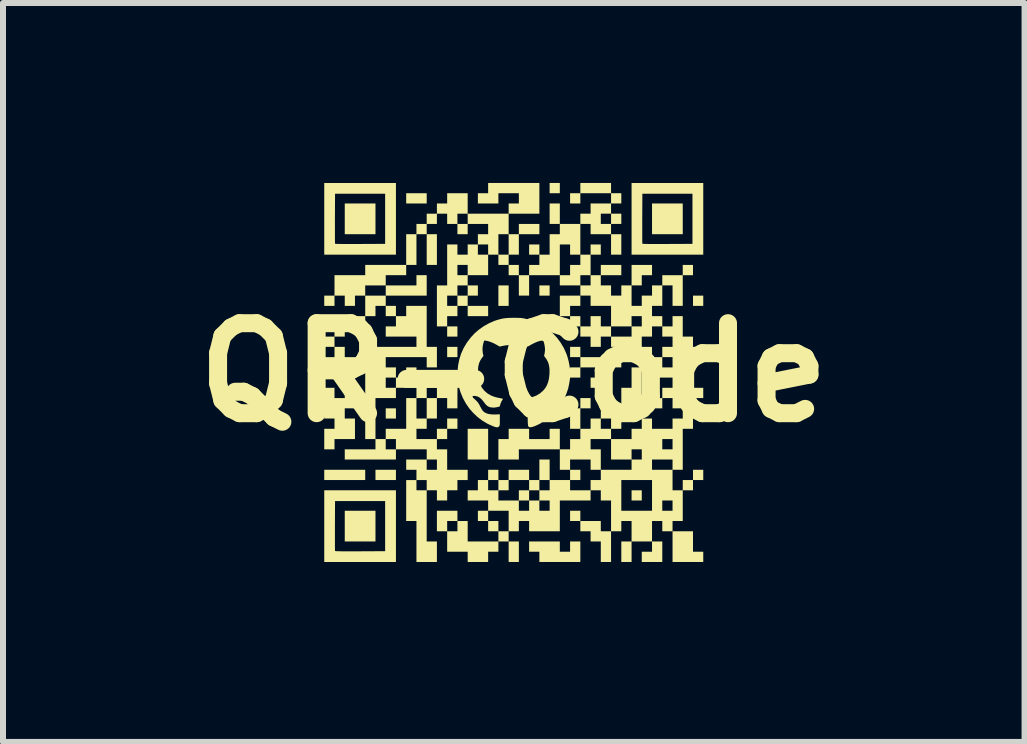
<source format=kicad_pcb>
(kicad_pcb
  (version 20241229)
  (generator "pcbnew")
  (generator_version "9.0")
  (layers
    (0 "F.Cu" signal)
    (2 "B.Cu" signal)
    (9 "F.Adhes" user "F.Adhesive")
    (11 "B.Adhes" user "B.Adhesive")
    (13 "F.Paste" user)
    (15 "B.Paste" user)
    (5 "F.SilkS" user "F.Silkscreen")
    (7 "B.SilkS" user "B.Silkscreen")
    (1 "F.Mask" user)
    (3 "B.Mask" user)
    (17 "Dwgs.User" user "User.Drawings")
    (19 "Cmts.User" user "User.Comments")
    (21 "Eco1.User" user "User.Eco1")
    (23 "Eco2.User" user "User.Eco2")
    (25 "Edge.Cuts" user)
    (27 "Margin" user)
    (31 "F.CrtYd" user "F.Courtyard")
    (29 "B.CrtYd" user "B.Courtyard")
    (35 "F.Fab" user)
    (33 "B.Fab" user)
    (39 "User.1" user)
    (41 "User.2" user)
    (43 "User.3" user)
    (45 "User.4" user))
  (footprint "QR-Code"
    (layer "F.Cu")
    (at 5.514 3.159)
    (property "Reference" "QR-Code" (at 0 0 0) (layer "F.SilkS") (effects (font (size 1.5 1.5) (thickness 0.3))))
    (attr board_only exclude_from_pos_files exclude_from_bom)
    (fp_poly (pts (xy -2.988 -0.854) (xy -2.988 -0.768) (xy -3.074 -0.768) (xy -3.159 -0.768) (xy -3.159 -0.854) (xy -3.159 -0.939) (xy -3.074 -0.939) (xy -2.988 -0.939)) (stroke (width 0) (type solid)) (fill yes) (layer "F.SilkS"))
    (fp_poly (pts (xy -2.476 1.708) (xy -2.476 1.793) (xy -2.817 1.793) (xy -3.159 1.793) (xy -3.159 1.708) (xy -3.159 1.622) (xy -2.817 1.622) (xy -2.476 1.622)) (stroke (width 0) (type solid)) (fill yes) (layer "F.SilkS"))
    (fp_poly (pts (xy -2.305 -2.561) (xy -2.305 -2.305) (xy -2.561 -2.305) (xy -2.817 -2.305) (xy -2.817 -2.561) (xy -2.817 -2.817) (xy -2.561 -2.817) (xy -2.305 -2.817)) (stroke (width 0) (type solid)) (fill yes) (layer "F.SilkS"))
    (fp_poly (pts (xy -2.305 2.561) (xy -2.305 2.817) (xy -2.561 2.817) (xy -2.817 2.817) (xy -2.817 2.561) (xy -2.817 2.305) (xy -2.561 2.305) (xy -2.305 2.305)) (stroke (width 0) (type solid)) (fill yes) (layer "F.SilkS"))
    (fp_poly (pts (xy -1.964 0.683) (xy -1.964 0.768) (xy -2.049 0.768) (xy -2.134 0.768) (xy -2.134 0.683) (xy -2.134 0.598) (xy -2.049 0.598) (xy -1.964 0.598)) (stroke (width 0) (type solid)) (fill yes) (layer "F.SilkS"))
    (fp_poly (pts (xy -1.964 1.708) (xy -1.964 1.793) (xy -2.134 1.793) (xy -2.305 1.793) (xy -2.305 1.708) (xy -2.305 1.622) (xy -2.134 1.622) (xy -1.964 1.622)) (stroke (width 0) (type solid)) (fill yes) (layer "F.SilkS"))
    (fp_poly (pts (xy -1.451 -2.903) (xy -1.451 -2.817) (xy -1.622 -2.817) (xy -1.793 -2.817) (xy -1.793 -2.903) (xy -1.793 -2.988) (xy -1.622 -2.988) (xy -1.451 -2.988)) (stroke (width 0) (type solid)) (fill yes) (layer "F.SilkS"))
    (fp_poly (pts (xy -1.281 -2.049) (xy -1.281 -1.793) (xy -1.366 -1.793) (xy -1.451 -1.793) (xy -1.451 -2.049) (xy -1.451 -2.305) (xy -1.366 -2.305) (xy -1.281 -2.305)) (stroke (width 0) (type solid)) (fill yes) (layer "F.SilkS"))
    (fp_poly (pts (xy -0.939 -0.683) (xy -0.939 -0.598) (xy -1.025 -0.598) (xy -1.11 -0.598) (xy -1.11 -0.683) (xy -1.11 -0.768) (xy -1.025 -0.768) (xy -0.939 -0.768)) (stroke (width 0) (type solid)) (fill yes) (layer "F.SilkS"))
    (fp_poly (pts (xy -0.939 -0.342) (xy -0.939 -0.256) (xy -1.025 -0.256) (xy -1.11 -0.256) (xy -1.11 -0.342) (xy -1.11 -0.427) (xy -1.025 -0.427) (xy -0.939 -0.427)) (stroke (width 0) (type solid)) (fill yes) (layer "F.SilkS"))
    (fp_poly (pts (xy -0.768 -2.391) (xy -0.768 -2.305) (xy -0.854 -2.305) (xy -0.939 -2.305) (xy -0.939 -2.391) (xy -0.939 -2.476) (xy -0.854 -2.476) (xy -0.768 -2.476)) (stroke (width 0) (type solid)) (fill yes) (layer "F.SilkS"))
    (fp_poly (pts (xy -0.427 -1.025) (xy -0.427 -0.939) (xy -0.598 -0.939) (xy -0.768 -0.939) (xy -0.768 -1.025) (xy -0.768 -1.11) (xy -0.598 -1.11) (xy -0.427 -1.11)) (stroke (width 0) (type solid)) (fill yes) (layer "F.SilkS"))
    (fp_poly (pts (xy -0.427 1.195) (xy -0.427 1.451) (xy -0.598 1.451) (xy -0.768 1.451) (xy -0.768 1.195) (xy -0.768 0.939) (xy -0.598 0.939) (xy -0.427 0.939)) (stroke (width 0) (type solid)) (fill yes) (layer "F.SilkS"))
    (fp_poly (pts (xy -0.085 -1.281) (xy -0.085 -1.11) (xy -0.171 -1.11) (xy -0.256 -1.11) (xy -0.256 -1.281) (xy -0.256 -1.451) (xy -0.171 -1.451) (xy -0.085 -1.451)) (stroke (width 0) (type solid)) (fill yes) (layer "F.SilkS"))
    (fp_poly (pts (xy 0.085 2.988) (xy 0.085 3.159) (xy 0 3.159) (xy -0.085 3.159) (xy -0.085 2.988) (xy -0.085 2.817) (xy 0 2.817) (xy 0.085 2.817)) (stroke (width 0) (type solid)) (fill yes) (layer "F.SilkS"))
    (fp_poly (pts (xy 0.256 2.049) (xy 0.256 2.134) (xy 0.171 2.134) (xy 0.085 2.134) (xy 0.085 2.049) (xy 0.085 1.964) (xy 0.171 1.964) (xy 0.256 1.964)) (stroke (width 0) (type solid)) (fill yes) (layer "F.SilkS"))
    (fp_poly (pts (xy 0.598 -1.366) (xy 0.598 -1.281) (xy 0.512 -1.281) (xy 0.427 -1.281) (xy 0.427 -1.366) (xy 0.427 -1.451) (xy 0.512 -1.451) (xy 0.598 -1.451)) (stroke (width 0) (type solid)) (fill yes) (layer "F.SilkS"))
    (fp_poly (pts (xy 0.768 -3.074) (xy 0.768 -2.988) (xy 0.683 -2.988) (xy 0.598 -2.988) (xy 0.598 -3.074) (xy 0.598 -3.159) (xy 0.683 -3.159) (xy 0.768 -3.159)) (stroke (width 0) (type solid)) (fill yes) (layer "F.SilkS"))
    (fp_poly (pts (xy 1.11 -0.342) (xy 1.11 -0.256) (xy 1.025 -0.256) (xy 0.939 -0.256) (xy 0.939 -0.342) (xy 0.939 -0.427) (xy 1.025 -0.427) (xy 1.11 -0.427)) (stroke (width 0) (type solid)) (fill yes) (layer "F.SilkS"))
    (fp_poly (pts (xy 1.11 2.391) (xy 1.11 2.476) (xy 1.025 2.476) (xy 0.939 2.476) (xy 0.939 2.391) (xy 0.939 2.305) (xy 1.025 2.305) (xy 1.11 2.305)) (stroke (width 0) (type solid)) (fill yes) (layer "F.SilkS"))
    (fp_poly (pts (xy 1.793 -2.134) (xy 1.793 -1.964) (xy 1.708 -1.964) (xy 1.622 -1.964) (xy 1.622 -2.134) (xy 1.622 -2.305) (xy 1.708 -2.305) (xy 1.793 -2.305)) (stroke (width 0) (type solid)) (fill yes) (layer "F.SilkS"))
    (fp_poly (pts (xy 2.134 2.049) (xy 2.134 2.134) (xy 2.049 2.134) (xy 1.964 2.134) (xy 1.964 2.049) (xy 1.964 1.964) (xy 2.049 1.964) (xy 2.134 1.964)) (stroke (width 0) (type solid)) (fill yes) (layer "F.SilkS"))
    (fp_poly (pts (xy 2.476 0.512) (xy 2.476 0.598) (xy 2.391 0.598) (xy 2.305 0.598) (xy 2.305 0.512) (xy 2.305 0.427) (xy 2.391 0.427) (xy 2.476 0.427)) (stroke (width 0) (type solid)) (fill yes) (layer "F.SilkS"))
    (fp_poly (pts (xy 2.817 -2.561) (xy 2.817 -2.305) (xy 2.561 -2.305) (xy 2.305 -2.305) (xy 2.305 -2.561) (xy 2.305 -2.817) (xy 2.561 -2.817) (xy 2.817 -2.817)) (stroke (width 0) (type solid)) (fill yes) (layer "F.SilkS"))
    (fp_poly (pts (xy 3.159 -1.195) (xy 3.159 -1.11) (xy 3.074 -1.11) (xy 2.988 -1.11) (xy 2.988 -1.195) (xy 2.988 -1.281) (xy 3.074 -1.281) (xy 3.159 -1.281)) (stroke (width 0) (type solid)) (fill yes) (layer "F.SilkS"))
    (fp_poly (pts (xy -1.451 -1.451) (xy -1.451 -1.281) (xy -1.793 -1.281) (xy -2.134 -1.281) (xy -2.134 -1.366) (xy -2.134 -1.451) (xy -1.878 -1.451) (xy -1.622 -1.451) (xy -1.622 -1.537) (xy -1.622 -1.622) (xy -1.537 -1.622) (xy -1.451 -1.622)) (stroke (width 0) (type solid)) (fill yes) (layer "F.SilkS"))
    (fp_poly (pts (xy 1.11 -1.195) (xy 1.11 -1.11) (xy 1.025 -1.11) (xy 0.939 -1.11) (xy 0.939 -1.025) (xy 0.939 -0.939) (xy 0.854 -0.939) (xy 0.768 -0.939) (xy 0.768 -1.11) (xy 0.768 -1.281) (xy 0.939 -1.281) (xy 1.11 -1.281)) (stroke (width 0) (type solid)) (fill yes) (layer "F.SilkS"))
    (fp_poly (pts (xy 2.476 2.988) (xy 2.476 3.159) (xy 2.305 3.159) (xy 2.134 3.159) (xy 2.134 3.074) (xy 2.134 2.988) (xy 2.22 2.988) (xy 2.305 2.988) (xy 2.305 2.903) (xy 2.305 2.817) (xy 2.391 2.817) (xy 2.476 2.817)) (stroke (width 0) (type solid)) (fill yes) (layer "F.SilkS"))
    (fp_poly (pts (xy 2.988 2.817) (xy 2.988 2.988) (xy 3.074 2.988) (xy 3.159 2.988) (xy 3.159 3.074) (xy 3.159 3.159) (xy 2.903 3.159) (xy 2.647 3.159) (xy 2.647 2.903) (xy 2.647 2.647) (xy 2.817 2.647) (xy 2.988 2.647)) (stroke (width 0) (type solid)) (fill yes) (layer "F.SilkS"))
    (fp_poly (pts (xy -2.817 -0.683) (xy -2.817 -0.598) (xy -2.903 -0.598) (xy -2.988 -0.598) (xy -2.988 -0.512) (xy -2.988 -0.427) (xy -3.074 -0.427) (xy -3.159 -0.427) (xy -3.159 -0.512) (xy -3.159 -0.598) (xy -3.074 -0.598) (xy -2.988 -0.598) (xy -2.988 -0.683) (xy -2.988 -0.768) (xy -2.903 -0.768) (xy -2.817 -0.768)) (stroke (width 0) (type solid)) (fill yes) (layer "F.SilkS"))
    (fp_poly (pts (xy 1.622 -3.074) (xy 1.622 -2.988) (xy 1.366 -2.988) (xy 1.11 -2.988) (xy 1.11 -2.903) (xy 1.11 -2.817) (xy 1.025 -2.817) (xy 0.939 -2.817) (xy 0.939 -2.903) (xy 0.939 -2.988) (xy 1.025 -2.988) (xy 1.11 -2.988) (xy 1.11 -3.074) (xy 1.11 -3.159) (xy 1.366 -3.159) (xy 1.622 -3.159)) (stroke (width 0) (type solid)) (fill yes) (layer "F.SilkS"))
    (fp_poly (pts (xy -2.134 -1.195) (xy -2.134 -1.11) (xy -2.22 -1.11) (xy -2.305 -1.11) (xy -2.305 -1.025) (xy -2.305 -0.939) (xy -2.391 -0.939) (xy -2.476 -0.939) (xy -2.476 -0.854) (xy -2.476 -0.768) (xy -2.561 -0.768) (xy -2.647 -0.768) (xy -2.647 -0.854) (xy -2.647 -0.939) (xy -2.561 -0.939) (xy -2.476 -0.939) (xy -2.476 -1.11) (xy -2.476 -1.281) (xy -2.305 -1.281) (xy -2.134 -1.281)) (stroke (width 0) (type solid)) (fill yes) (layer "F.SilkS"))
    (fp_poly (pts (xy 0.768 2.903) (xy 0.768 2.988) (xy 0.854 2.988) (xy 0.939 2.988) (xy 0.939 2.903) (xy 0.939 2.817) (xy 1.025 2.817) (xy 1.11 2.817) (xy 1.11 2.988) (xy 1.11 3.159) (xy 0.768 3.159) (xy 0.427 3.159) (xy 0.427 3.074) (xy 0.427 2.988) (xy 0.342 2.988) (xy 0.256 2.988) (xy 0.256 2.903) (xy 0.256 2.817) (xy 0.512 2.817) (xy 0.768 2.817)) (stroke (width 0) (type solid)) (fill yes) (layer "F.SilkS"))
    (fp_poly (pts (xy 1.11 -0.854) (xy 1.11 -0.768) (xy 1.195 -0.768) (xy 1.281 -0.768) (xy 1.281 -0.854) (xy 1.281 -0.939) (xy 1.366 -0.939) (xy 1.451 -0.939) (xy 1.451 -0.854) (xy 1.451 -0.768) (xy 1.537 -0.768) (xy 1.622 -0.768) (xy 1.622 -0.683) (xy 1.622 -0.598) (xy 1.537 -0.598) (xy 1.451 -0.598) (xy 1.451 -0.512) (xy 1.451 -0.427) (xy 1.366 -0.427) (xy 1.281 -0.427) (xy 1.281 -0.512) (xy 1.281 -0.598) (xy 1.195 -0.598) (xy 1.11 -0.598) (xy 1.11 -0.683) (xy 1.11 -0.768) (xy 1.025 -0.768) (xy 0.939 -0.768) (xy 0.939 -0.854) (xy 0.939 -0.939) (xy 1.025 -0.939) (xy 1.11 -0.939)) (stroke (width 0) (type solid)) (fill yes) (layer "F.SilkS"))
    (fp_poly (pts (xy -1.964 -2.561) (xy -1.964 -1.964) (xy -2.561 -1.964) (xy -3.159 -1.964) (xy -3.159 -2.369) (xy -2.981 -2.369) (xy -2.981 -2.313) (xy -2.981 -2.263) (xy -2.981 -2.221) (xy -2.98 -2.188) (xy -2.98 -2.164) (xy -2.98 -2.15) (xy -2.979 -2.148) (xy -2.976 -2.147) (xy -2.969 -2.145) (xy -2.955 -2.144) (xy -2.935 -2.143) (xy -2.908 -2.143) (xy -2.873 -2.142) (xy -2.829 -2.142) (xy -2.776 -2.142) (xy -2.713 -2.142) (xy -2.639 -2.142) (xy -2.56 -2.142) (xy -2.144 -2.144) (xy -2.144 -2.561) (xy -2.144 -2.979) (xy -2.561 -2.979) (xy -2.979 -2.979) (xy -2.981 -2.567) (xy -2.981 -2.498) (xy -2.981 -2.431) (xy -2.981 -2.369) (xy -3.159 -2.369) (xy -3.159 -2.561) (xy -3.159 -3.159) (xy -2.561 -3.159) (xy -1.964 -3.159)) (stroke (width 0) (type solid)) (fill yes) (layer "F.SilkS"))
    (fp_poly (pts (xy -1.964 2.561) (xy -1.964 3.159) (xy -2.561 3.159) (xy -3.159 3.159) (xy -3.159 2.753) (xy -2.981 2.753) (xy -2.981 2.81) (xy -2.981 2.859) (xy -2.981 2.901) (xy -2.98 2.935) (xy -2.98 2.959) (xy -2.98 2.972) (xy -2.979 2.975) (xy -2.976 2.976) (xy -2.969 2.977) (xy -2.955 2.979) (xy -2.935 2.979) (xy -2.908 2.98) (xy -2.873 2.981) (xy -2.829 2.981) (xy -2.776 2.981) (xy -2.713 2.981) (xy -2.639 2.981) (xy -2.56 2.981) (xy -2.144 2.979) (xy -2.144 2.561) (xy -2.144 2.144) (xy -2.561 2.144) (xy -2.979 2.144) (xy -2.981 2.555) (xy -2.981 2.625) (xy -2.981 2.691) (xy -2.981 2.753) (xy -3.159 2.753) (xy -3.159 2.561) (xy -3.159 1.964) (xy -2.561 1.964) (xy -1.964 1.964)) (stroke (width 0) (type solid)) (fill yes) (layer "F.SilkS"))
    (fp_poly (pts (xy 3.159 -2.561) (xy 3.159 -1.964) (xy 2.561 -1.964) (xy 1.964 -1.964) (xy 1.964 -2.369) (xy 2.142 -2.369) (xy 2.142 -2.313) (xy 2.142 -2.263) (xy 2.142 -2.221) (xy 2.142 -2.188) (xy 2.143 -2.164) (xy 2.143 -2.15) (xy 2.143 -2.148) (xy 2.146 -2.147) (xy 2.154 -2.145) (xy 2.168 -2.144) (xy 2.188 -2.143) (xy 2.215 -2.143) (xy 2.25 -2.142) (xy 2.294 -2.142) (xy 2.347 -2.142) (xy 2.41 -2.142) (xy 2.484 -2.142) (xy 2.563 -2.142) (xy 2.979 -2.144) (xy 2.979 -2.561) (xy 2.979 -2.979) (xy 2.561 -2.979) (xy 2.144 -2.979) (xy 2.142 -2.567) (xy 2.142 -2.498) (xy 2.142 -2.431) (xy 2.142 -2.369) (xy 1.964 -2.369) (xy 1.964 -2.561) (xy 1.964 -3.159) (xy 2.561 -3.159) (xy 3.159 -3.159)) (stroke (width 0) (type solid)) (fill yes) (layer "F.SilkS"))
    (fp_poly (pts (xy -0.939 -2.049) (xy -0.939 -1.964) (xy -0.854 -1.964) (xy -0.768 -1.964) (xy -0.768 -2.049) (xy -0.768 -2.134) (xy -0.683 -2.134) (xy -0.598 -2.134) (xy -0.598 -2.049) (xy -0.598 -1.964) (xy -0.512 -1.964) (xy -0.427 -1.964) (xy -0.427 -1.793) (xy -0.427 -1.622) (xy -0.598 -1.622) (xy -0.768 -1.622) (xy -0.768 -1.537) (xy -0.768 -1.451) (xy -0.854 -1.451) (xy -0.939 -1.451) (xy -0.939 -1.366) (xy -0.939 -1.281) (xy -1.025 -1.281) (xy -1.11 -1.281) (xy -1.11 -1.195) (xy -1.11 -1.11) (xy -1.025 -1.11) (xy -0.939 -1.11) (xy -0.939 -1.195) (xy -0.939 -1.281) (xy -0.854 -1.281) (xy -0.768 -1.281) (xy -0.768 -1.366) (xy -0.768 -1.451) (xy -0.683 -1.451) (xy -0.598 -1.451) (xy -0.598 -1.366) (xy -0.598 -1.281) (xy -0.683 -1.281) (xy -0.768 -1.281) (xy -0.768 -1.195) (xy -0.768 -1.11) (xy -0.854 -1.11) (xy -0.939 -1.11) (xy -0.939 -1.025) (xy -0.939 -0.939) (xy -1.025 -0.939) (xy -1.11 -0.939) (xy -1.11 -0.854) (xy -1.11 -0.768) (xy -1.195 -0.768) (xy -1.281 -0.768) (xy -1.281 -1.11) (xy -1.281 -1.451) (xy -1.195 -1.451) (xy -1.11 -1.451) (xy -1.11 -1.793) (xy -0.939 -1.793) (xy -0.939 -1.708) (xy -0.939 -1.622) (xy -0.854 -1.622) (xy -0.768 -1.622) (xy -0.768 -1.708) (xy -0.768 -1.793) (xy -0.854 -1.793) (xy -0.939 -1.793) (xy -1.11 -1.793) (xy -1.11 -2.134) (xy -1.025 -2.134) (xy -0.939 -2.134)) (stroke (width 0) (type solid)) (fill yes) (layer "F.SilkS"))
    (fp_poly (pts (xy 0.427 -2.903) (xy 0.427 -2.647) (xy 0.171 -2.647) (xy -0.085 -2.647) (xy -0.085 -2.476) (xy -0.085 -2.305) (xy 0 -2.305) (xy 0.085 -2.305) (xy 0.085 -2.391) (xy 0.085 -2.476) (xy 0.256 -2.476) (xy 0.427 -2.476) (xy 0.427 -2.391) (xy 0.427 -2.305) (xy 0.256 -2.305) (xy 0.085 -2.305) (xy 0.085 -2.134) (xy 0.085 -1.964) (xy 0 -1.964) (xy -0.085 -1.964) (xy -0.085 -1.878) (xy -0.085 -1.793) (xy -0.171 -1.793) (xy -0.256 -1.793) (xy -0.256 -1.878) (xy -0.256 -1.964) (xy -0.171 -1.964) (xy -0.085 -1.964) (xy -0.085 -2.134) (xy -0.085 -2.305) (xy -0.171 -2.305) (xy -0.256 -2.305) (xy -0.256 -2.134) (xy -0.256 -1.964) (xy -0.342 -1.964) (xy -0.427 -1.964) (xy -0.427 -2.049) (xy -0.427 -2.134) (xy -0.512 -2.134) (xy -0.598 -2.134) (xy -0.598 -2.22) (xy -0.598 -2.305) (xy -0.512 -2.305) (xy -0.427 -2.305) (xy -0.427 -2.391) (xy -0.427 -2.476) (xy -0.598 -2.476) (xy -0.768 -2.476) (xy -0.768 -2.561) (xy -0.768 -2.647) (xy -0.854 -2.647) (xy -0.939 -2.647) (xy -0.939 -2.561) (xy -0.939 -2.476) (xy -1.025 -2.476) (xy -1.11 -2.476) (xy -1.11 -2.561) (xy -1.11 -2.647) (xy -1.195 -2.647) (xy -1.281 -2.647) (xy -1.281 -2.561) (xy -1.281 -2.476) (xy -1.366 -2.476) (xy -1.451 -2.476) (xy -1.451 -2.391) (xy -1.451 -2.305) (xy -1.537 -2.305) (xy -1.622 -2.305) (xy -1.622 -2.049) (xy -1.622 -1.793) (xy -1.708 -1.793) (xy -1.793 -1.793) (xy -1.793 -1.708) (xy -1.793 -1.622) (xy -1.964 -1.622) (xy -2.134 -1.622) (xy -2.134 -1.537) (xy -2.134 -1.451) (xy -2.305 -1.451) (xy -2.476 -1.451) (xy -2.476 -1.366) (xy -2.476 -1.281) (xy -2.561 -1.281) (xy -2.647 -1.281) (xy -2.647 -1.195) (xy -2.647 -1.11) (xy -2.732 -1.11) (xy -2.817 -1.11) (xy -2.817 -1.195) (xy -2.817 -1.281) (xy -2.903 -1.281) (xy -2.988 -1.281) (xy -2.988 -1.195) (xy -2.988 -1.11) (xy -3.074 -1.11) (xy -3.159 -1.11) (xy -3.159 -1.195) (xy -3.159 -1.281) (xy -3.074 -1.281) (xy -2.988 -1.281) (xy -2.988 -1.451) (xy -2.988 -1.622) (xy -2.732 -1.622) (xy -2.476 -1.622) (xy -2.476 -1.708) (xy -2.476 -1.793) (xy -2.134 -1.793) (xy -1.793 -1.793) (xy -1.793 -2.049) (xy -1.793 -2.305) (xy -1.708 -2.305) (xy -1.622 -2.305) (xy -1.622 -2.391) (xy -1.622 -2.476) (xy -1.537 -2.476) (xy -1.451 -2.476) (xy -1.451 -2.561) (xy -1.451 -2.647) (xy -1.366 -2.647) (xy -1.281 -2.647) (xy -1.281 -2.732) (xy -1.281 -2.817) (xy -1.195 -2.817) (xy -1.11 -2.817) (xy -1.11 -2.903) (xy -1.11 -2.988) (xy -0.939 -2.988) (xy -0.768 -2.988) (xy -0.768 -2.817) (xy -0.768 -2.647) (xy -0.427 -2.647) (xy -0.085 -2.647) (xy -0.085 -2.732) (xy -0.085 -2.817) (xy 0 -2.817) (xy 0.085 -2.817) (xy 0.085 -2.903) (xy 0.085 -2.988) (xy -0.085 -2.988) (xy -0.256 -2.988) (xy -0.256 -2.903) (xy -0.256 -2.817) (xy -0.427 -2.817) (xy -0.598 -2.817) (xy -0.598 -2.903) (xy -0.598 -2.988) (xy -0.512 -2.988) (xy -0.427 -2.988) (xy -0.427 -3.074) (xy -0.427 -3.159) (xy 0 -3.159) (xy 0.427 -3.159)) (stroke (width 0) (type solid)) (fill yes) (layer "F.SilkS"))
    (fp_poly (pts (xy 2.988 0.768) (xy 2.988 0.939) (xy 2.903 0.939) (xy 2.817 0.939) (xy 2.817 1.281) (xy 2.817 1.622) (xy 2.732 1.622) (xy 2.647 1.622) (xy 2.647 1.793) (xy 2.647 1.964) (xy 2.732 1.964) (xy 2.817 1.964) (xy 2.817 1.878) (xy 2.817 1.793) (xy 2.903 1.793) (xy 2.988 1.793) (xy 2.988 1.708) (xy 2.988 1.622) (xy 3.074 1.622) (xy 3.159 1.622) (xy 3.159 1.708) (xy 3.159 1.793) (xy 3.074 1.793) (xy 2.988 1.793) (xy 2.988 1.878) (xy 2.988 1.964) (xy 2.903 1.964) (xy 2.817 1.964) (xy 2.817 2.22) (xy 2.817 2.476) (xy 2.732 2.476) (xy 2.647 2.476) (xy 2.647 2.561) (xy 2.647 2.647) (xy 2.561 2.647) (xy 2.476 2.647) (xy 2.476 2.561) (xy 2.476 2.476) (xy 2.391 2.476) (xy 2.305 2.476) (xy 2.305 2.647) (xy 2.305 2.817) (xy 2.134 2.817) (xy 1.964 2.817) (xy 1.964 2.988) (xy 1.964 3.159) (xy 1.878 3.159) (xy 1.793 3.159) (xy 1.793 2.988) (xy 1.793 2.817) (xy 1.878 2.817) (xy 1.964 2.817) (xy 1.964 2.647) (xy 1.964 2.476) (xy 1.878 2.476) (xy 1.793 2.476) (xy 1.793 2.561) (xy 1.793 2.647) (xy 1.708 2.647) (xy 1.622 2.647) (xy 1.622 2.903) (xy 1.622 3.159) (xy 1.537 3.159) (xy 1.451 3.159) (xy 1.451 2.988) (xy 1.451 2.817) (xy 1.366 2.817) (xy 1.281 2.817) (xy 1.281 2.732) (xy 1.281 2.647) (xy 1.195 2.647) (xy 1.11 2.647) (xy 1.11 2.561) (xy 1.11 2.476) (xy 1.281 2.476) (xy 1.451 2.476) (xy 1.451 2.561) (xy 1.451 2.647) (xy 1.537 2.647) (xy 1.622 2.647) (xy 1.622 2.391) (xy 1.622 2.134) (xy 1.537 2.134) (xy 1.451 2.134) (xy 1.451 2.049) (xy 1.451 1.964) (xy 1.366 1.964) (xy 1.281 1.964) (xy 1.281 2.049) (xy 1.281 2.134) (xy 1.025 2.134) (xy 0.768 2.134) (xy 0.768 2.391) (xy 0.768 2.647) (xy 0.512 2.647) (xy 0.256 2.647) (xy 0.256 2.561) (xy 0.256 2.476) (xy 0.171 2.476) (xy 0.085 2.476) (xy 0.085 2.561) (xy 0.085 2.647) (xy 0 2.647) (xy -0.085 2.647) (xy -0.085 2.732) (xy -0.085 2.817) (xy -0.171 2.817) (xy -0.256 2.817) (xy -0.256 2.903) (xy -0.256 2.988) (xy -0.342 2.988) (xy -0.427 2.988) (xy -0.427 3.074) (xy -0.427 3.159) (xy -0.598 3.159) (xy -0.768 3.159) (xy -0.768 3.074) (xy -0.768 2.988) (xy -0.939 2.988) (xy -1.11 2.988) (xy -1.11 2.817) (xy -1.11 2.647) (xy -1.195 2.647) (xy -1.281 2.647) (xy -1.281 2.476) (xy -1.281 2.305) (xy -1.11 2.305) (xy -0.939 2.305) (xy -0.939 2.391) (xy -0.939 2.476) (xy -1.025 2.476) (xy -1.11 2.476) (xy -1.11 2.561) (xy -1.11 2.647) (xy -1.025 2.647) (xy -0.939 2.647) (xy -0.939 2.561) (xy -0.939 2.476) (xy -0.854 2.476) (xy -0.768 2.476) (xy -0.768 2.647) (xy -0.768 2.817) (xy -0.512 2.817) (xy -0.256 2.817) (xy -0.256 2.732) (xy -0.256 2.647) (xy -0.342 2.647) (xy -0.427 2.647) (xy -0.427 2.561) (xy -0.427 2.476) (xy -0.342 2.476) (xy -0.256 2.476) (xy -0.256 2.561) (xy -0.256 2.647) (xy -0.171 2.647) (xy -0.085 2.647) (xy -0.085 2.476) (xy -0.085 2.305) (xy -0.256 2.305) (xy -0.427 2.305) (xy -0.427 2.391) (xy -0.427 2.476) (xy -0.512 2.476) (xy -0.598 2.476) (xy -0.598 2.391) (xy -0.598 2.305) (xy -0.512 2.305) (xy -0.427 2.305) (xy -0.427 2.22) (xy -0.427 2.134) (xy -0.598 2.134) (xy -0.768 2.134) (xy -0.768 2.049) (xy -0.768 1.964) (xy -0.683 1.964) (xy -0.598 1.964) (xy -0.598 1.878) (xy -0.598 1.793) (xy -0.512 1.793) (xy -0.427 1.793) (xy -0.427 1.878) (xy -0.427 1.964) (xy -0.342 1.964) (xy -0.256 1.964) (xy -0.256 2.049) (xy -0.256 2.134) (xy -0.085 2.134) (xy 0.085 2.134) (xy 0.085 2.22) (xy 0.085 2.305) (xy 0.171 2.305) (xy 0.256 2.305) (xy 0.256 2.22) (xy 0.256 2.134) (xy 0.342 2.134) (xy 0.427 2.134) (xy 0.427 2.22) (xy 0.427 2.305) (xy 0.512 2.305) (xy 0.598 2.305) (xy 0.598 2.22) (xy 0.598 2.134) (xy 0.512 2.134) (xy 0.427 2.134) (xy 0.427 2.049) (xy 0.427 1.964) (xy 0.512 1.964) (xy 0.598 1.964) (xy 0.598 1.878) (xy 0.598 1.793) (xy 0.512 1.793) (xy 0.427 1.793) (xy 0.427 1.878) (xy 0.427 1.964) (xy 0.342 1.964) (xy 0.256 1.964) (xy 0.256 1.878) (xy 0.256 1.793) (xy 0.085 1.793) (xy -0.085 1.793) (xy -0.085 1.878) (xy -0.085 1.964) (xy -0.171 1.964) (xy -0.256 1.964) (xy -0.256 1.878) (xy -0.256 1.793) (xy -0.342 1.793) (xy -0.427 1.793) (xy -0.427 1.708) (xy -0.427 1.622) (xy -0.342 1.622) (xy -0.256 1.622) (xy -0.256 1.708) (xy -0.256 1.793) (xy -0.171 1.793) (xy -0.085 1.793) (xy -0.085 1.708) (xy -0.085 1.622) (xy 0.085 1.622) (xy 0.256 1.622) (xy 0.256 1.708) (xy 0.256 1.793) (xy 0.342 1.793) (xy 0.427 1.793) (xy 0.427 1.622) (xy 0.427 1.451) (xy 0.512 1.451) (xy 0.598 1.451) (xy 0.598 1.622) (xy 0.598 1.793) (xy 0.768 1.793) (xy 0.939 1.793) (xy 0.939 1.708) (xy 0.939 1.622) (xy 1.025 1.622) (xy 1.11 1.622) (xy 1.11 1.708) (xy 1.11 1.793) (xy 1.025 1.793) (xy 0.939 1.793) (xy 0.939 1.878) (xy 0.939 1.964) (xy 1.11 1.964) (xy 1.281 1.964) (xy 1.281 1.878) (xy 1.281 1.793) (xy 1.366 1.793) (xy 1.451 1.793) (xy 1.793 1.793) (xy 1.793 2.049) (xy 1.793 2.305) (xy 2.049 2.305) (xy 2.305 2.305) (xy 2.305 2.134) (xy 2.476 2.134) (xy 2.476 2.22) (xy 2.476 2.305) (xy 2.561 2.305) (xy 2.647 2.305) (xy 2.647 2.22) (xy 2.647 2.134) (xy 2.561 2.134) (xy 2.476 2.134) (xy 2.305 2.134) (xy 2.305 2.049) (xy 2.305 1.793) (xy 2.049 1.793) (xy 1.793 1.793) (xy 1.451 1.793) (xy 1.451 1.708) (xy 1.451 1.622) (xy 1.708 1.622) (xy 1.964 1.622) (xy 1.964 1.537) (xy 1.964 1.451) (xy 2.049 1.451) (xy 2.134 1.451) (xy 2.305 1.451) (xy 2.305 1.537) (xy 2.305 1.622) (xy 2.476 1.622) (xy 2.647 1.622) (xy 2.647 1.537) (xy 2.647 1.451) (xy 2.476 1.451) (xy 2.305 1.451) (xy 2.134 1.451) (xy 2.134 1.366) (xy 2.134 1.281) (xy 2.049 1.281) (xy 1.964 1.281) (xy 1.964 1.366) (xy 1.964 1.451) (xy 1.793 1.451) (xy 1.622 1.451) (xy 1.622 1.281) (xy 1.622 1.11) (xy 1.793 1.11) (xy 1.964 1.11) (xy 2.476 1.11) (xy 2.476 1.195) (xy 2.476 1.281) (xy 2.561 1.281) (xy 2.647 1.281) (xy 2.647 1.195) (xy 2.647 1.11) (xy 2.561 1.11) (xy 2.476 1.11) (xy 1.964 1.11) (xy 1.964 1.025) (xy 1.964 0.939) (xy 2.049 0.939) (xy 2.134 0.939) (xy 2.134 0.854) (xy 2.134 0.768) (xy 2.22 0.768) (xy 2.305 0.768) (xy 2.305 0.854) (xy 2.305 0.939) (xy 2.476 0.939) (xy 2.647 0.939) (xy 2.647 0.854) (xy 2.647 0.768) (xy 2.732 0.768) (xy 2.817 0.768) (xy 2.817 0.683) (xy 2.817 0.598) (xy 2.903 0.598) (xy 2.988 0.598)) (stroke (width 0) (type solid)) (fill yes) (layer "F.SilkS"))
    (fp_poly (pts (xy 1.793 -2.903) (xy 1.793 -2.817) (xy 1.708 -2.817) (xy 1.622 -2.817) (xy 1.622 -2.732) (xy 1.622 -2.647) (xy 1.537 -2.647) (xy 1.451 -2.647) (xy 1.451 -2.561) (xy 1.451 -2.476) (xy 1.537 -2.476) (xy 1.622 -2.476) (xy 1.622 -2.561) (xy 1.622 -2.647) (xy 1.708 -2.647) (xy 1.793 -2.647) (xy 1.793 -2.561) (xy 1.793 -2.476) (xy 1.708 -2.476) (xy 1.622 -2.476) (xy 1.622 -2.391) (xy 1.622 -2.305) (xy 1.451 -2.305) (xy 1.281 -2.305) (xy 1.281 -2.391) (xy 1.281 -2.476) (xy 1.195 -2.476) (xy 1.11 -2.476) (xy 1.11 -2.22) (xy 1.11 -1.964) (xy 1.195 -1.964) (xy 1.281 -1.964) (xy 1.281 -2.049) (xy 1.281 -2.134) (xy 1.366 -2.134) (xy 1.451 -2.134) (xy 1.451 -2.049) (xy 1.451 -1.964) (xy 1.366 -1.964) (xy 1.281 -1.964) (xy 1.281 -1.793) (xy 1.281 -1.622) (xy 1.366 -1.622) (xy 1.451 -1.622) (xy 1.451 -1.708) (xy 1.451 -1.793) (xy 1.622 -1.793) (xy 1.793 -1.793) (xy 1.793 -1.708) (xy 1.793 -1.622) (xy 1.622 -1.622) (xy 1.451 -1.622) (xy 1.451 -1.537) (xy 1.451 -1.451) (xy 1.537 -1.451) (xy 1.622 -1.451) (xy 1.622 -1.366) (xy 1.622 -1.281) (xy 1.708 -1.281) (xy 1.793 -1.281) (xy 1.793 -1.366) (xy 1.793 -1.451) (xy 1.878 -1.451) (xy 1.964 -1.451) (xy 1.964 -1.622) (xy 1.964 -1.793) (xy 2.134 -1.793) (xy 2.305 -1.793) (xy 2.305 -1.708) (xy 2.305 -1.622) (xy 2.22 -1.622) (xy 2.134 -1.622) (xy 2.134 -1.537) (xy 2.134 -1.451) (xy 2.049 -1.451) (xy 1.964 -1.451) (xy 1.964 -1.281) (xy 1.964 -1.11) (xy 2.049 -1.11) (xy 2.134 -1.11) (xy 2.134 -1.195) (xy 2.134 -1.281) (xy 2.22 -1.281) (xy 2.305 -1.281) (xy 2.305 -1.366) (xy 2.305 -1.451) (xy 2.391 -1.451) (xy 2.476 -1.451) (xy 2.476 -1.537) (xy 2.476 -1.622) (xy 2.647 -1.622) (xy 2.817 -1.622) (xy 2.817 -1.708) (xy 2.817 -1.793) (xy 2.903 -1.793) (xy 2.988 -1.793) (xy 2.988 -1.708) (xy 2.988 -1.622) (xy 2.903 -1.622) (xy 2.817 -1.622) (xy 2.817 -1.366) (xy 2.817 -1.11) (xy 2.732 -1.11) (xy 2.647 -1.11) (xy 2.647 -1.281) (xy 2.647 -1.451) (xy 2.561 -1.451) (xy 2.476 -1.451) (xy 2.476 -1.281) (xy 2.476 -1.11) (xy 2.391 -1.11) (xy 2.305 -1.11) (xy 2.305 -1.025) (xy 2.305 -0.939) (xy 2.391 -0.939) (xy 2.476 -0.939) (xy 2.476 -0.854) (xy 2.476 -0.768) (xy 2.561 -0.768) (xy 2.647 -0.768) (xy 2.647 -0.854) (xy 2.647 -0.939) (xy 2.732 -0.939) (xy 2.817 -0.939) (xy 2.817 -0.768) (xy 2.817 -0.598) (xy 2.903 -0.598) (xy 2.988 -0.598) (xy 2.988 -0.512) (xy 2.988 -0.427) (xy 3.074 -0.427) (xy 3.159 -0.427) (xy 3.159 -0.342) (xy 3.159 -0.256) (xy 2.988 -0.256) (xy 2.817 -0.256) (xy 2.817 -0.085) (xy 2.817 0.085) (xy 2.903 0.085) (xy 2.988 0.085) (xy 2.988 0.171) (xy 2.988 0.256) (xy 3.074 0.256) (xy 3.159 0.256) (xy 3.159 0.342) (xy 3.159 0.427) (xy 2.988 0.427) (xy 2.817 0.427) (xy 2.817 0.512) (xy 2.817 0.598) (xy 2.732 0.598) (xy 2.647 0.598) (xy 2.647 0.512) (xy 2.647 0.427) (xy 2.561 0.427) (xy 2.476 0.427) (xy 2.476 0.342) (xy 2.476 0.256) (xy 2.561 0.256) (xy 2.647 0.256) (xy 2.647 0.171) (xy 2.647 0.085) (xy 2.476 0.085) (xy 2.305 0.085) (xy 2.305 0) (xy 2.305 -0.085) (xy 2.22 -0.085) (xy 2.134 -0.085) (xy 2.134 0.256) (xy 2.134 0.598) (xy 2.049 0.598) (xy 1.964 0.598) (xy 1.964 0.683) (xy 1.964 0.768) (xy 1.878 0.768) (xy 1.793 0.768) (xy 1.793 0.854) (xy 1.793 0.939) (xy 1.708 0.939) (xy 1.622 0.939) (xy 1.622 0.854) (xy 1.622 0.768) (xy 1.537 0.768) (xy 1.451 0.768) (xy 1.451 0.854) (xy 1.451 0.939) (xy 1.537 0.939) (xy 1.622 0.939) (xy 1.622 1.025) (xy 1.622 1.11) (xy 1.451 1.11) (xy 1.281 1.11) (xy 1.281 1.195) (xy 1.281 1.281) (xy 1.366 1.281) (xy 1.451 1.281) (xy 1.451 1.451) (xy 1.451 1.622) (xy 1.366 1.622) (xy 1.281 1.622) (xy 1.281 1.537) (xy 1.281 1.451) (xy 1.11 1.451) (xy 0.939 1.451) (xy 0.939 1.537) (xy 0.939 1.622) (xy 0.854 1.622) (xy 0.768 1.622) (xy 0.768 1.451) (xy 0.768 1.281) (xy 0.427 1.281) (xy 0.085 1.281) (xy 0.085 1.366) (xy 0.085 1.451) (xy -0.085 1.451) (xy -0.256 1.451) (xy -0.256 1.281) (xy -0.256 1.11) (xy -0.171 1.11) (xy -0.085 1.11) (xy -0.085 1.025) (xy -0.085 0.939) (xy 0.085 0.939) (xy 0.256 0.939) (xy 0.256 1.025) (xy 0.256 1.11) (xy 0.427 1.11) (xy 0.598 1.11) (xy 0.598 1.025) (xy 0.598 0.939) (xy 0.683 0.939) (xy 0.768 0.939) (xy 0.768 1.11) (xy 0.768 1.281) (xy 0.854 1.281) (xy 0.939 1.281) (xy 0.939 1.195) (xy 0.939 1.11) (xy 1.025 1.11) (xy 1.11 1.11) (xy 1.11 1.025) (xy 1.11 0.939) (xy 1.025 0.939) (xy 0.939 0.939) (xy 0.939 0.768) (xy 0.939 0.598) (xy 1.025 0.598) (xy 1.11 0.598) (xy 1.11 0.512) (xy 1.11 0.427) (xy 1.195 0.427) (xy 1.281 0.427) (xy 1.281 0.512) (xy 1.281 0.598) (xy 1.195 0.598) (xy 1.11 0.598) (xy 1.11 0.768) (xy 1.11 0.939) (xy 1.195 0.939) (xy 1.281 0.939) (xy 1.281 0.854) (xy 1.281 0.768) (xy 1.366 0.768) (xy 1.451 0.768) (xy 1.451 0.512) (xy 1.451 0.256) (xy 1.537 0.256) (xy 1.622 0.256) (xy 1.622 0.427) (xy 1.622 0.598) (xy 1.708 0.598) (xy 1.793 0.598) (xy 1.793 0.427) (xy 1.793 0.256) (xy 1.878 0.256) (xy 1.964 0.256) (xy 1.964 0.085) (xy 1.964 -0.085) (xy 2.049 -0.085) (xy 2.134 -0.085) (xy 2.134 -0.171) (xy 2.134 -0.256) (xy 1.964 -0.256) (xy 1.793 -0.256) (xy 1.793 -0.171) (xy 1.793 -0.085) (xy 1.708 -0.085) (xy 1.622 -0.085) (xy 1.622 0) (xy 1.622 0.085) (xy 1.537 0.085) (xy 1.451 0.085) (xy 1.451 0.171) (xy 1.451 0.256) (xy 1.366 0.256) (xy 1.281 0.256) (xy 1.281 0.171) (xy 1.281 0.085) (xy 1.366 0.085) (xy 1.451 0.085) (xy 1.451 0) (xy 1.451 -0.085) (xy 1.281 -0.085) (xy 1.11 -0.085) (xy 1.11 0) (xy 1.11 0.085) (xy 1.025 0.085) (xy 0.94 0.085) (xy 0.937 0.105) (xy 0.934 0.121) (xy 0.931 0.144) (xy 0.927 0.17) (xy 0.927 0.171) (xy 0.908 0.264) (xy 0.877 0.357) (xy 0.836 0.449) (xy 0.785 0.536) (xy 0.751 0.585) (xy 0.682 0.668) (xy 0.606 0.74) (xy 0.523 0.803) (xy 0.431 0.857) (xy 0.37 0.886) (xy 0.329 0.902) (xy 0.297 0.911) (xy 0.273 0.914) (xy 0.255 0.909) (xy 0.247 0.903) (xy 0.243 0.898) (xy 0.241 0.892) (xy 0.238 0.884) (xy 0.237 0.871) (xy 0.235 0.852) (xy 0.234 0.827) (xy 0.233 0.794) (xy 0.232 0.75) (xy 0.232 0.711) (xy 0.231 0.66) (xy 0.23 0.619) (xy 0.229 0.587) (xy 0.228 0.563) (xy 0.226 0.545) (xy 0.224 0.531) (xy 0.221 0.52) (xy 0.218 0.511) (xy 0.215 0.504) (xy 0.205 0.483) (xy 0.193 0.464) (xy 0.189 0.457) (xy 0.183 0.448) (xy 0.18 0.442) (xy 0.184 0.438) (xy 0.194 0.434) (xy 0.214 0.431) (xy 0.238 0.427) (xy 0.312 0.41) (xy 0.378 0.384) (xy 0.435 0.35) (xy 0.485 0.308) (xy 0.522 0.265) (xy 0.551 0.217) (xy 0.572 0.163) (xy 0.587 0.102) (xy 0.595 0.031) (xy 0.596 0.012) (xy 0.596 -0.054) (xy 0.589 -0.112) (xy 0.575 -0.163) (xy 0.553 -0.209) (xy 0.528 -0.246) (xy 0.505 -0.276) (xy 0.513 -0.311) (xy 0.517 -0.335) (xy 0.52 -0.365) (xy 0.521 -0.387) (xy 0.519 -0.415) (xy 0.515 -0.444) (xy 0.51 -0.473) (xy 0.503 -0.499) (xy 0.496 -0.517) (xy 0.49 -0.525) (xy 0.475 -0.53) (xy 0.452 -0.529) (xy 0.421 -0.522) (xy 0.384 -0.509) (xy 0.343 -0.491) (xy 0.299 -0.469) (xy 0.283 -0.46) (xy 0.235 -0.432) (xy 0.168 -0.446) (xy 0.107 -0.455) (xy 0.04 -0.46) (xy -0.031 -0.46) (xy -0.099 -0.456) (xy -0.16 -0.448) (xy -0.168 -0.446) (xy -0.235 -0.432) (xy -0.284 -0.46) (xy -0.326 -0.483) (xy -0.369 -0.502) (xy -0.41 -0.517) (xy -0.445 -0.526) (xy -0.461 -0.529) (xy -0.493 -0.532) (xy -0.507 -0.487) (xy -0.517 -0.441) (xy -0.521 -0.39) (xy -0.518 -0.341) (xy -0.513 -0.311) (xy -0.505 -0.276) (xy -0.528 -0.246) (xy -0.557 -0.202) (xy -0.578 -0.155) (xy -0.591 -0.103) (xy -0.596 -0.045) (xy -0.596 0.012) (xy -0.589 0.085) (xy -0.576 0.149) (xy -0.556 0.206) (xy -0.529 0.256) (xy -0.493 0.3) (xy -0.485 0.309) (xy -0.436 0.351) (xy -0.379 0.384) (xy -0.315 0.408) (xy -0.259 0.422) (xy -0.231 0.427) (xy -0.208 0.432) (xy -0.191 0.435) (xy -0.184 0.437) (xy -0.182 0.442) (xy -0.187 0.454) (xy -0.195 0.466) (xy -0.207 0.487) (xy -0.218 0.513) (xy -0.223 0.529) (xy -0.233 0.566) (xy -0.268 0.576) (xy -0.294 0.581) (xy -0.324 0.585) (xy -0.344 0.585) (xy -0.383 0.582) (xy -0.417 0.572) (xy -0.448 0.552) (xy -0.476 0.523) (xy -0.499 0.492) (xy -0.533 0.449) (xy -0.57 0.418) (xy -0.608 0.398) (xy -0.649 0.391) (xy -0.654 0.39) (xy -0.676 0.392) (xy -0.687 0.398) (xy -0.686 0.409) (xy -0.675 0.424) (xy -0.664 0.434) (xy -0.635 0.46) (xy -0.613 0.482) (xy -0.596 0.502) (xy -0.582 0.524) (xy -0.567 0.55) (xy -0.561 0.563) (xy -0.546 0.59) (xy -0.532 0.615) (xy -0.519 0.635) (xy -0.512 0.644) (xy -0.483 0.667) (xy -0.447 0.684) (xy -0.404 0.695) (xy -0.351 0.7) (xy -0.3 0.7) (xy -0.232 0.697) (xy -0.232 0.79) (xy -0.232 0.826) (xy -0.232 0.852) (xy -0.234 0.87) (xy -0.236 0.882) (xy -0.239 0.891) (xy -0.244 0.898) (xy -0.244 0.899) (xy -0.258 0.91) (xy -0.275 0.914) (xy -0.299 0.912) (xy -0.33 0.902) (xy -0.338 0.899) (xy -0.431 0.858) (xy -0.519 0.806) (xy -0.601 0.745) (xy -0.676 0.674) (xy -0.743 0.597) (xy -0.801 0.512) (xy -0.85 0.421) (xy -0.889 0.325) (xy -0.906 0.27) (xy -0.914 0.237) (xy -0.922 0.198) (xy -0.929 0.163) (xy -0.93 0.158) (xy -0.932 0.144) (xy -0.933 0.135) (xy -0.935 0.131) (xy -0.936 0.133) (xy -0.937 0.142) (xy -0.937 0.158) (xy -0.938 0.183) (xy -0.938 0.217) (xy -0.938 0.262) (xy -0.938 0.317) (xy -0.939 0.349) (xy -0.939 0.598) (xy -1.025 0.598) (xy -1.11 0.598) (xy -1.11 0.512) (xy -1.11 0.427) (xy -1.195 0.427) (xy -1.281 0.427) (xy -1.281 0.598) (xy -1.281 0.768) (xy -1.366 0.768) (xy -1.451 0.768) (xy -1.451 0.854) (xy -1.451 0.939) (xy -1.537 0.939) (xy -1.622 0.939) (xy -1.622 1.025) (xy -1.622 1.11) (xy -1.451 1.11) (xy -1.281 1.11) (xy -1.281 1.025) (xy -1.281 0.939) (xy -1.195 0.939) (xy -1.11 0.939) (xy -1.11 0.854) (xy -1.11 0.768) (xy -1.025 0.768) (xy -0.939 0.768) (xy -0.939 0.854) (xy -0.939 0.939) (xy -1.025 0.939) (xy -1.11 0.939) (xy -1.11 1.025) (xy -1.11 1.11) (xy -1.195 1.11) (xy -1.281 1.11) (xy -1.281 1.195) (xy -1.281 1.281) (xy -1.195 1.281) (xy -1.11 1.281) (xy -1.11 1.451) (xy -1.11 1.622) (xy -0.939 1.622) (xy -0.768 1.622) (xy -0.768 1.708) (xy -0.768 1.793) (xy -0.854 1.793) (xy -0.939 1.793) (xy -0.939 1.878) (xy -0.939 1.964) (xy -1.025 1.964) (xy -1.11 1.964) (xy -1.11 2.049) (xy -1.11 2.134) (xy -1.195 2.134) (xy -1.281 2.134) (xy -1.281 2.049) (xy -1.281 1.964) (xy -1.366 1.964) (xy -1.451 1.964) (xy -1.451 2.391) (xy -1.451 2.817) (xy -1.366 2.817) (xy -1.281 2.817) (xy -1.281 2.988) (xy -1.281 3.159) (xy -1.451 3.159) (xy -1.622 3.159) (xy -1.622 2.817) (xy -1.622 2.476) (xy -1.708 2.476) (xy -1.793 2.476) (xy -1.793 2.134) (xy -1.793 1.793) (xy -1.708 1.793) (xy -1.622 1.793) (xy -1.622 1.878) (xy -1.622 1.964) (xy -1.537 1.964) (xy -1.451 1.964) (xy -1.451 1.878) (xy -1.451 1.793) (xy -1.537 1.793) (xy -1.622 1.793) (xy -1.622 1.708) (xy -1.622 1.622) (xy -1.708 1.622) (xy -1.793 1.622) (xy -1.793 1.537) (xy -1.793 1.451) (xy -1.622 1.451) (xy -1.451 1.451) (xy -1.451 1.537) (xy -1.451 1.622) (xy -1.366 1.622) (xy -1.281 1.622) (xy -1.281 1.537) (xy -1.281 1.451) (xy -1.366 1.451) (xy -1.451 1.451) (xy -1.451 1.366) (xy -1.451 1.281) (xy -1.708 1.281) (xy -1.964 1.281) (xy -1.964 1.366) (xy -1.964 1.451) (xy -2.391 1.451) (xy -2.817 1.451) (xy -2.817 1.366) (xy -2.817 1.281) (xy -2.561 1.281) (xy -2.305 1.281) (xy -2.305 1.195) (xy -2.305 1.11) (xy -2.22 1.11) (xy -2.134 1.11) (xy -2.134 1.195) (xy -2.134 1.281) (xy -2.049 1.281) (xy -1.964 1.281) (xy -1.964 1.195) (xy -1.964 1.11) (xy -2.049 1.11) (xy -2.134 1.11) (xy -2.134 1.025) (xy -2.134 0.939) (xy -1.964 0.939) (xy -1.793 0.939) (xy -1.793 0.683) (xy -1.793 0.427) (xy -1.708 0.427) (xy -1.622 0.427) (xy -1.622 0.598) (xy -1.622 0.768) (xy -1.537 0.768) (xy -1.451 0.768) (xy -1.451 0.598) (xy -1.451 0.427) (xy -1.366 0.427) (xy -1.281 0.427) (xy -1.281 0.342) (xy -1.281 0.256) (xy -1.366 0.256) (xy -1.451 0.256) (xy -1.451 0.342) (xy -1.451 0.427) (xy -1.537 0.427) (xy -1.622 0.427) (xy -1.622 0.342) (xy -1.622 0.256) (xy -1.793 0.256) (xy -1.964 0.256) (xy -1.964 0.342) (xy -1.964 0.427) (xy -2.134 0.427) (xy -2.305 0.427) (xy -2.305 0.768) (xy -2.305 1.11) (xy -2.391 1.11) (xy -2.476 1.11) (xy -2.476 0.854) (xy -2.476 0.598) (xy -2.647 0.598) (xy -2.817 0.598) (xy -2.817 0.683) (xy -2.817 0.768) (xy -2.732 0.768) (xy -2.647 0.768) (xy -2.647 0.939) (xy -2.647 1.11) (xy -2.817 1.11) (xy -2.988 1.11) (xy -2.988 1.195) (xy -2.988 1.281) (xy -3.074 1.281) (xy -3.159 1.281) (xy -3.159 1.11) (xy -3.159 0.939) (xy -3.074 0.939) (xy -2.988 0.939) (xy -2.988 0.854) (xy -2.988 0.768) (xy -3.074 0.768) (xy -3.159 0.768) (xy -3.159 0.512) (xy -3.159 0.256) (xy -3.074 0.256) (xy -2.988 0.256) (xy -2.988 0.342) (xy -2.988 0.427) (xy -2.903 0.427) (xy -2.817 0.427) (xy -2.817 0.342) (xy -2.817 0.256) (xy -2.732 0.256) (xy -2.647 0.256) (xy -2.647 0.342) (xy -2.647 0.427) (xy -2.561 0.427) (xy -2.476 0.427) (xy -2.476 0.171) (xy -2.476 -0.085) (xy -2.561 -0.085) (xy -2.647 -0.085) (xy -2.647 0) (xy -2.647 0.085) (xy -2.817 0.085) (xy -2.988 0.085) (xy -2.988 0) (xy -2.988 -0.085) (xy -3.074 -0.085) (xy -3.159 -0.085) (xy -3.159 -0.171) (xy -3.159 -0.256) (xy -3.074 -0.256) (xy -2.988 -0.256) (xy -2.988 -0.342) (xy -2.988 -0.427) (xy -2.903 -0.427) (xy -2.817 -0.427) (xy -2.817 -0.342) (xy -2.817 -0.256) (xy -2.647 -0.256) (xy -2.476 -0.256) (xy -2.476 -0.427) (xy -2.476 -0.598) (xy -2.391 -0.598) (xy -2.305 -0.598) (xy -2.305 -0.512) (xy -2.305 -0.427) (xy -1.964 -0.427) (xy -1.622 -0.427) (xy -1.622 -0.512) (xy -1.622 -0.598) (xy -1.878 -0.598) (xy -2.134 -0.598) (xy -2.134 -0.683) (xy -2.134 -0.768) (xy -2.049 -0.768) (xy -1.964 -0.768) (xy -1.964 -0.854) (xy -1.964 -0.939) (xy -2.049 -0.939) (xy -2.134 -0.939) (xy -2.134 -1.025) (xy -2.134 -1.11) (xy -2.049 -1.11) (xy -1.964 -1.11) (xy -1.964 -1.025) (xy -1.964 -0.939) (xy -1.878 -0.939) (xy -1.793 -0.939) (xy -1.793 -1.025) (xy -1.793 -1.11) (xy -1.622 -1.11) (xy -1.451 -1.11) (xy -1.451 -0.768) (xy -1.451 -0.427) (xy -1.366 -0.427) (xy -1.281 -0.427) (xy -1.281 -0.256) (xy -1.281 -0.085) (xy -1.366 -0.085) (xy -1.451 -0.085) (xy -1.451 -0.171) (xy -1.451 -0.256) (xy -1.793 -0.256) (xy -2.134 -0.256) (xy -2.134 -0.171) (xy -2.134 -0.085) (xy -2.049 -0.085) (xy -1.964 -0.085) (xy -1.964 0) (xy -1.964 0.085) (xy -2.049 0.085) (xy -2.134 0.085) (xy -2.134 0.171) (xy -2.134 0.256) (xy -2.049 0.256) (xy -1.964 0.256) (xy -1.964 0.171) (xy -1.964 0.085) (xy -1.878 0.085) (xy -1.793 0.085) (xy -1.793 0) (xy -1.793 -0.085) (xy -1.708 -0.085) (xy -1.622 -0.085) (xy -1.622 0) (xy -1.622 0.085) (xy -1.282 0.085) (xy -0.941 0.085) (xy -0.937 -0.008) (xy -0.928 -0.116) (xy -0.908 -0.218) (xy -0.877 -0.315) (xy -0.835 -0.408) (xy -0.781 -0.498) (xy -0.716 -0.584) (xy -0.714 -0.586) (xy -0.651 -0.654) (xy -0.579 -0.716) (xy -0.499 -0.772) (xy -0.415 -0.819) (xy -0.329 -0.857) (xy -0.296 -0.869) (xy -0.249 -0.883) (xy -0.206 -0.894) (xy -0.165 -0.902) (xy -0.122 -0.907) (xy -0.075 -0.91) (xy -0.019 -0.911) (xy 0 -0.911) (xy 0.046 -0.911) (xy 0.082 -0.91) (xy 0.111 -0.909) (xy 0.136 -0.907) (xy 0.159 -0.903) (xy 0.182 -0.899) (xy 0.186 -0.898) (xy 0.292 -0.869) (xy 0.391 -0.83) (xy 0.485 -0.781) (xy 0.571 -0.722) (xy 0.65 -0.655) (xy 0.721 -0.579) (xy 0.783 -0.495) (xy 0.837 -0.404) (xy 0.88 -0.306) (xy 0.881 -0.302) (xy 0.893 -0.268) (xy 0.904 -0.229) (xy 0.915 -0.187) (xy 0.923 -0.147) (xy 0.93 -0.11) (xy 0.934 -0.081) (xy 0.934 -0.076) (xy 0.935 -0.063) (xy 0.936 -0.061) (xy 0.937 -0.069) (xy 0.94 -0.085) (xy 1.025 -0.085) (xy 1.11 -0.085) (xy 1.11 -0.171) (xy 1.11 -0.256) (xy 1.451 -0.256) (xy 1.793 -0.256) (xy 1.793 -0.342) (xy 1.793 -0.427) (xy 2.134 -0.427) (xy 2.22 -0.427) (xy 2.305 -0.427) (xy 2.305 -0.342) (xy 2.305 -0.256) (xy 2.391 -0.256) (xy 2.476 -0.256) (xy 2.476 -0.171) (xy 2.476 -0.085) (xy 2.561 -0.085) (xy 2.647 -0.085) (xy 2.647 -0.171) (xy 2.647 -0.256) (xy 2.561 -0.256) (xy 2.476 -0.256) (xy 2.476 -0.342) (xy 2.476 -0.427) (xy 2.561 -0.427) (xy 2.647 -0.427) (xy 2.647 -0.512) (xy 2.647 -0.598) (xy 2.561 -0.598) (xy 2.476 -0.598) (xy 2.476 -0.683) (xy 2.476 -0.768) (xy 2.391 -0.768) (xy 2.305 -0.768) (xy 2.305 -0.683) (xy 2.305 -0.598) (xy 2.22 -0.598) (xy 2.134 -0.598) (xy 2.134 -0.512) (xy 2.134 -0.427) (xy 1.793 -0.427) (xy 1.708 -0.427) (xy 1.622 -0.427) (xy 1.622 -0.512) (xy 1.622 -0.598) (xy 1.793 -0.598) (xy 1.964 -0.598) (xy 1.964 -0.683) (xy 1.964 -0.768) (xy 2.049 -0.768) (xy 2.134 -0.768) (xy 2.134 -0.854) (xy 2.134 -0.939) (xy 2.049 -0.939) (xy 1.964 -0.939) (xy 1.964 -0.854) (xy 1.964 -0.768) (xy 1.793 -0.768) (xy 1.622 -0.768) (xy 1.622 -0.939) (xy 1.622 -1.11) (xy 1.451 -1.11) (xy 1.281 -1.11) (xy 1.281 -1.195) (xy 1.281 -1.281) (xy 1.195 -1.281) (xy 1.11 -1.281) (xy 1.11 -1.366) (xy 1.11 -1.451) (xy 1.195 -1.451) (xy 1.281 -1.451) (xy 1.281 -1.537) (xy 1.281 -1.622) (xy 1.195 -1.622) (xy 1.11 -1.622) (xy 1.11 -1.537) (xy 1.11 -1.451) (xy 0.939 -1.451) (xy 0.768 -1.451) (xy 0.768 -1.537) (xy 0.768 -1.622) (xy 0.854 -1.622) (xy 0.939 -1.622) (xy 0.939 -1.708) (xy 0.939 -1.793) (xy 1.025 -1.793) (xy 1.11 -1.793) (xy 1.11 -1.878) (xy 1.11 -1.964) (xy 1.025 -1.964) (xy 0.939 -1.964) (xy 0.939 -2.049) (xy 0.939 -2.134) (xy 0.854 -2.134) (xy 0.768 -2.134) (xy 0.768 -1.878) (xy 0.768 -1.622) (xy 0.512 -1.622) (xy 0.256 -1.622) (xy 0.256 -1.451) (xy 0.256 -1.281) (xy 0.171 -1.281) (xy 0.085 -1.281) (xy 0.085 -1.451) (xy 0.085 -1.622) (xy 0 -1.622) (xy -0.085 -1.622) (xy -0.085 -1.708) (xy -0.085 -1.793) (xy 0 -1.793) (xy 0.085 -1.793) (xy 0.085 -1.708) (xy 0.085 -1.622) (xy 0.171 -1.622) (xy 0.256 -1.622) (xy 0.256 -1.708) (xy 0.256 -1.793) (xy 0.342 -1.793) (xy 0.427 -1.793) (xy 0.427 -1.878) (xy 0.427 -1.964) (xy 0.342 -1.964) (xy 0.256 -1.964) (xy 0.256 -2.049) (xy 0.256 -2.134) (xy 0.342 -2.134) (xy 0.427 -2.134) (xy 0.427 -2.049) (xy 0.427 -1.964) (xy 0.512 -1.964) (xy 0.598 -1.964) (xy 0.598 -2.134) (xy 0.598 -2.305) (xy 0.683 -2.305) (xy 0.768 -2.305) (xy 0.768 -2.391) (xy 0.768 -2.476) (xy 0.683 -2.476) (xy 0.598 -2.476) (xy 0.598 -2.647) (xy 0.598 -2.817) (xy 0.683 -2.817) (xy 0.768 -2.817) (xy 0.768 -2.647) (xy 0.768 -2.476) (xy 0.939 -2.476) (xy 1.11 -2.476) (xy 1.11 -2.561) (xy 1.11 -2.647) (xy 1.195 -2.647) (xy 1.281 -2.647) (xy 1.281 -2.732) (xy 1.281 -2.817) (xy 1.451 -2.817) (xy 1.622 -2.817) (xy 1.622 -2.903) (xy 1.622 -2.988) (xy 1.708 -2.988) (xy 1.793 -2.988)) (stroke (width 0) (type solid)) (fill yes) (layer "F.SilkS")))
  (gr_rect
    (start -3 -3)
    (end 14.029 9.318)
    (stroke (width 0.1) (type default))
    (fill no)
    (layer "Edge.Cuts")))
</source>
